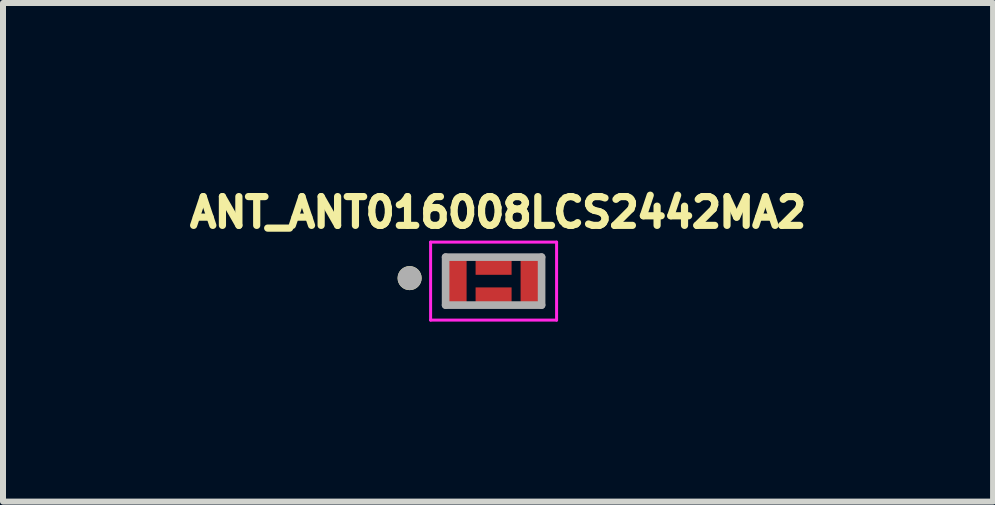
<source format=kicad_pcb>
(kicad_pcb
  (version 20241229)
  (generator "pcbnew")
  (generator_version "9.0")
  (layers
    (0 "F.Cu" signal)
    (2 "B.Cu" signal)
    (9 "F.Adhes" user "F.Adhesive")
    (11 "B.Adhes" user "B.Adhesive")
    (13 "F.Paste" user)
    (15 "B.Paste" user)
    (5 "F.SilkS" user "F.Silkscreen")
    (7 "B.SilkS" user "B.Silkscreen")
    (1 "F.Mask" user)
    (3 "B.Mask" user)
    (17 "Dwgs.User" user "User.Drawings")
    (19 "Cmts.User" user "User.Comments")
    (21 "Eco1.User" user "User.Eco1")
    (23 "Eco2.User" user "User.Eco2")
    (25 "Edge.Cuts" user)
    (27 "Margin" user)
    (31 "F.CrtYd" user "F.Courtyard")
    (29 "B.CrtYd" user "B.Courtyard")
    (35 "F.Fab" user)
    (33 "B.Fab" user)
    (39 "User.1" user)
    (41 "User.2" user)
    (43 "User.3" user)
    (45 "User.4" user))
  (footprint "ANT_ANT016008LCS2442MA2"
    (layer "F.Cu")
    (at 5.178 1.636)
    (property "Reference" "ANT_ANT016008LCS2442MA2" (at 0.074 -1.145 0) (layer "F.SilkS") (effects (font (size 0.48 0.48) (thickness 0.15))))
    (attr through_hole)
    (fp_poly (pts (xy -0.765 -0.365) (xy -0.45 -0.365) (xy -0.45 0.365) (xy -0.765 0.365)) (stroke (width 0.01) (type solid)) (fill yes) (layer "F.Mask"))
    (fp_poly (pts (xy -0.3 -0.365) (xy 0.3 -0.365) (xy 0.3 -0.055) (xy -0.3 -0.055)) (stroke (width 0.01) (type solid)) (fill yes) (layer "F.Mask"))
    (fp_poly (pts (xy -0.3 0.055) (xy 0.3 0.055) (xy 0.3 0.365) (xy -0.3 0.365)) (stroke (width 0.01) (type solid)) (fill yes) (layer "F.Mask"))
    (fp_poly (pts (xy 0.45 -0.365) (xy 0.765 -0.365) (xy 0.765 0.365) (xy 0.45 0.365)) (stroke (width 0.01) (type solid)) (fill yes) (layer "F.Mask"))
    (fp_circle (center -1.4 -0.05) (end -1.3 -0.05) (stroke (width 0.2) (type solid)) (fill no) (layer "F.SilkS"))
    (fp_poly (pts (xy -0.765 -0.365) (xy -0.45 -0.365) (xy -0.45 0.365) (xy -0.765 0.365)) (stroke (width 0.01) (type solid)) (fill yes) (layer "F.Paste"))
    (fp_poly (pts (xy -0.3 -0.365) (xy -0.05 -0.365) (xy -0.05 -0.105) (xy -0.3 -0.105)) (stroke (width 0.01) (type solid)) (fill yes) (layer "F.Paste"))
    (fp_poly (pts (xy -0.3 0.105) (xy -0.05 0.105) (xy -0.05 0.365) (xy -0.3 0.365)) (stroke (width 0.01) (type solid)) (fill yes) (layer "F.Paste"))
    (fp_poly (pts (xy 0.05 -0.365) (xy 0.3 -0.365) (xy 0.3 -0.105) (xy 0.05 -0.105)) (stroke (width 0.01) (type solid)) (fill yes) (layer "F.Paste"))
    (fp_poly (pts (xy 0.05 0.105) (xy 0.3 0.105) (xy 0.3 0.365) (xy 0.05 0.365)) (stroke (width 0.01) (type solid)) (fill yes) (layer "F.Paste"))
    (fp_poly (pts (xy 0.45 -0.365) (xy 0.765 -0.365) (xy 0.765 0.365) (xy 0.45 0.365)) (stroke (width 0.01) (type solid)) (fill yes) (layer "F.Paste"))
    (fp_line (start -1.05 -0.65) (end 1.05 -0.65) (stroke (width 0.05) (type solid)) (layer "F.CrtYd"))
    (fp_line (start -1.05 0.65) (end -1.05 -0.65) (stroke (width 0.05) (type solid)) (layer "F.CrtYd"))
    (fp_line (start 1.05 -0.65) (end 1.05 0.65) (stroke (width 0.05) (type solid)) (layer "F.CrtYd"))
    (fp_line (start 1.05 0.65) (end -1.05 0.65) (stroke (width 0.05) (type solid)) (layer "F.CrtYd"))
    (fp_line (start -0.8 -0.4) (end 0.8 -0.4) (stroke (width 0.127) (type solid)) (layer "F.Fab"))
    (fp_line (start -0.8 0.4) (end -0.8 -0.4) (stroke (width 0.127) (type solid)) (layer "F.Fab"))
    (fp_line (start 0.8 -0.4) (end 0.8 0.4) (stroke (width 0.127) (type solid)) (layer "F.Fab"))
    (fp_line (start 0.8 0.4) (end -0.8 0.4) (stroke (width 0.127) (type solid)) (layer "F.Fab"))
    (fp_circle (center -1.4 -0.05) (end -1.3 -0.05) (stroke (width 0.2) (type solid)) (fill no) (layer "F.Fab"))
    (pad "1" smd rect (at -0.625 0) (size 0.35 0.8) (layers "F.Cu"))
    (pad "2" smd rect (at 0 -0.235) (size 0.6 0.26) (layers "F.Cu"))
    (pad "3" smd rect (at 0 0.235) (size 0.6 0.26) (layers "F.Cu"))
    (pad "4" smd rect (at 0.625 0) (size 0.35 0.8) (layers "F.Cu")))
  (gr_rect
    (start -3 -3)
    (end 13.504 5.311)
    (stroke (width 0.1) (type default))
    (fill no)
    (layer "Edge.Cuts")))
</source>
